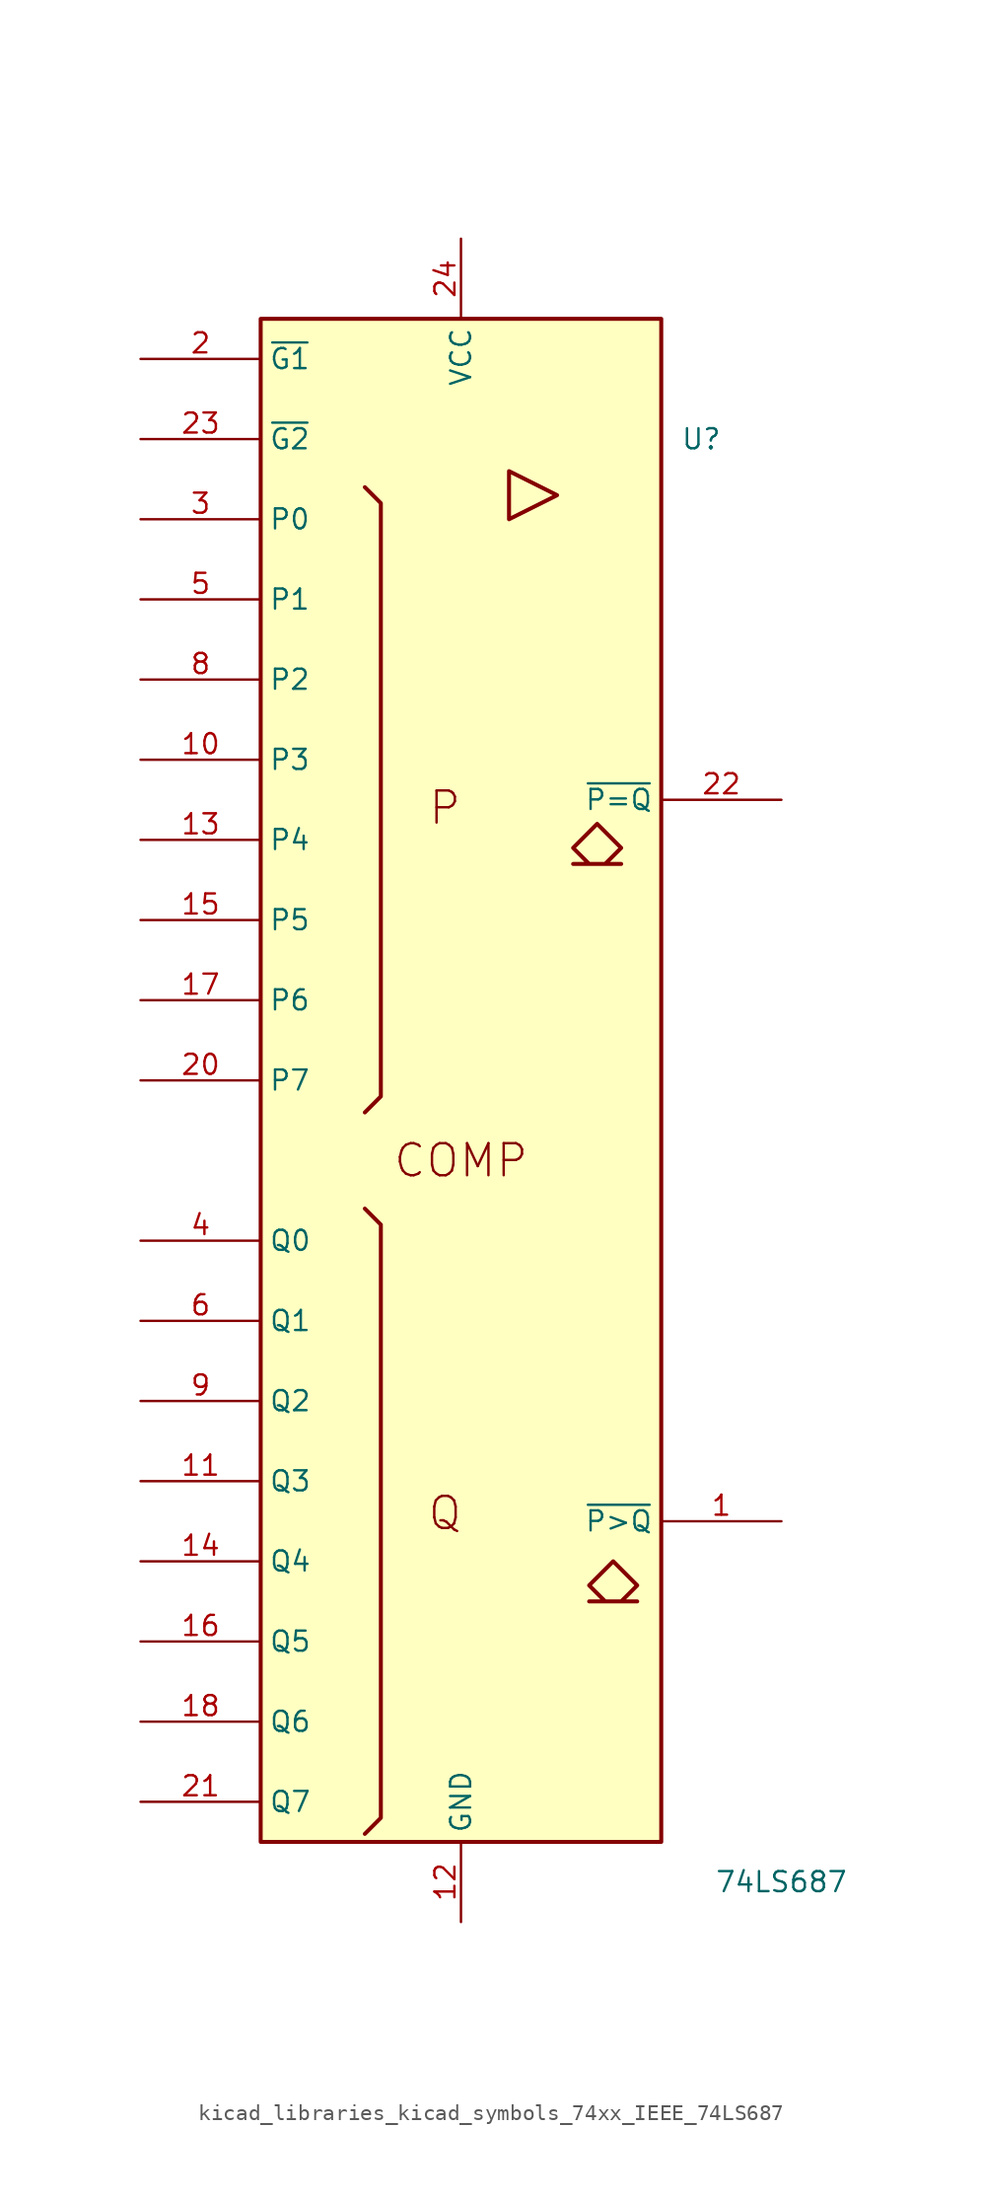
<source format=kicad_sym>
(kicad_symbol_lib
  (version 20220914)
  (generator kicad_symbol_editor)
  (symbol "kicad_libraries_kicad_symbols_74xx_IEEE_74LS687"
    (property "Reference" "U"
      (at 15.24 45.72 0)
      (effects (font (size 1.27 1.27))))
    (property "Value" "74LS687"
      (at 20.32 -45.72 0)
      (effects (font (size 1.27 1.27))))
    (symbol "kicad_libraries_kicad_symbols_74xx_IEEE_74LS687_0_0"
      (rectangle (start -12.7 53.34) (end 12.7 -43.18) (stroke (width 0.254) (type default)) (fill (type background)))
      (polyline (pts (xy 3.048 43.688) (xy 3.048 40.64) (xy 6.096 42.164) (xy 3.048 43.688) (xy 3.048 43.688)) (stroke (width 0.254) (type default)) (fill (type background)))
      (polyline (pts (xy 8.636 21.336) (xy 10.16 19.812) (xy 9.144 18.796) (xy 10.16 18.796) (xy 7.112 18.796) (xy 8.128 18.796) (xy 7.112 19.812) (xy 8.636 21.336) (xy 8.636 21.336)) (stroke (width 0.254) (type default)) (fill (type background)))
      (polyline (pts (xy 9.652 -25.4) (xy 11.176 -26.924) (xy 10.16 -27.94) (xy 11.176 -27.94) (xy 8.128 -27.94) (xy 9.144 -27.94) (xy 8.128 -26.924) (xy 9.652 -25.4) (xy 9.652 -25.4)) (stroke (width 0.254) (type default)) (fill (type background)))
      (text "COMP" (at 0 0 0) (effects (font (size 2.032 2.032))))
      (text "P" (at -1.016 22.352 0) (effects (font (size 2.032 2.032))))
      (text "Q" (at -1.016 -22.352 0) (effects (font (size 2.032 2.032)))))
    (symbol "kicad_libraries_kicad_symbols_74xx_IEEE_74LS687_0_1"
      (polyline (pts (xy -6.096 -3.048) (xy -5.08 -4.064) (xy -5.08 -41.656) (xy -6.096 -42.672) (xy -6.096 -42.672)) (stroke (width 0.254) (type default)) (fill (type background)))
      (polyline (pts (xy -6.096 42.672) (xy -5.08 41.656) (xy -5.08 4.064) (xy -6.096 3.048) (xy -6.096 3.048)) (stroke (width 0.254) (type default)) (fill (type background))))
    (symbol "kicad_libraries_kicad_symbols_74xx_IEEE_74LS687_1_1"
      (pin output line (at 20.32 -22.86 180) (length 7.62) (name "~{P>Q}" (effects (font (size 1.27 1.27)))) (number "1" (effects (font (size 1.27 1.27)))))
      (pin input line (at -20.32 25.4 0) (length 7.62) (name "P3" (effects (font (size 1.27 1.27)))) (number "10" (effects (font (size 1.27 1.27)))))
      (pin input line (at -20.32 -20.32 0) (length 7.62) (name "Q3" (effects (font (size 1.27 1.27)))) (number "11" (effects (font (size 1.27 1.27)))))
      (pin power_in line (at 0 -48.26 90) (length 5.08) (name "GND" (effects (font (size 1.27 1.27)))) (number "12" (effects (font (size 1.27 1.27)))))
      (pin input line (at -20.32 20.32 0) (length 7.62) (name "P4" (effects (font (size 1.27 1.27)))) (number "13" (effects (font (size 1.27 1.27)))))
      (pin input line (at -20.32 -25.4 0) (length 7.62) (name "Q4" (effects (font (size 1.27 1.27)))) (number "14" (effects (font (size 1.27 1.27)))))
      (pin input line (at -20.32 15.24 0) (length 7.62) (name "P5" (effects (font (size 1.27 1.27)))) (number "15" (effects (font (size 1.27 1.27)))))
      (pin input line (at -20.32 -30.48 0) (length 7.62) (name "Q5" (effects (font (size 1.27 1.27)))) (number "16" (effects (font (size 1.27 1.27)))))
      (pin input line (at -20.32 10.16 0) (length 7.62) (name "P6" (effects (font (size 1.27 1.27)))) (number "17" (effects (font (size 1.27 1.27)))))
      (pin input line (at -20.32 -35.56 0) (length 7.62) (name "Q6" (effects (font (size 1.27 1.27)))) (number "18" (effects (font (size 1.27 1.27)))))
      (pin input line (at -20.32 50.8 0) (length 7.62) (name "~{G1}" (effects (font (size 1.27 1.27)))) (number "2" (effects (font (size 1.27 1.27)))))
      (pin input line (at -20.32 5.08 0) (length 7.62) (name "P7" (effects (font (size 1.27 1.27)))) (number "20" (effects (font (size 1.27 1.27)))))
      (pin input line (at -20.32 -40.64 0) (length 7.62) (name "Q7" (effects (font (size 1.27 1.27)))) (number "21" (effects (font (size 1.27 1.27)))))
      (pin output line (at 20.32 22.86 180) (length 7.62) (name "~{P=Q}" (effects (font (size 1.27 1.27)))) (number "22" (effects (font (size 1.27 1.27)))))
      (pin input line (at -20.32 45.72 0) (length 7.62) (name "~{G2}" (effects (font (size 1.27 1.27)))) (number "23" (effects (font (size 1.27 1.27)))))
      (pin power_in line (at 0 58.42 270) (length 5.08) (name "VCC" (effects (font (size 1.27 1.27)))) (number "24" (effects (font (size 1.27 1.27)))))
      (pin input line (at -20.32 40.64 0) (length 7.62) (name "P0" (effects (font (size 1.27 1.27)))) (number "3" (effects (font (size 1.27 1.27)))))
      (pin input line (at -20.32 -5.08 0) (length 7.62) (name "Q0" (effects (font (size 1.27 1.27)))) (number "4" (effects (font (size 1.27 1.27)))))
      (pin input line (at -20.32 35.56 0) (length 7.62) (name "P1" (effects (font (size 1.27 1.27)))) (number "5" (effects (font (size 1.27 1.27)))))
      (pin input line (at -20.32 -10.16 0) (length 7.62) (name "Q1" (effects (font (size 1.27 1.27)))) (number "6" (effects (font (size 1.27 1.27)))))
      (pin input line (at -20.32 30.48 0) (length 7.62) (name "P2" (effects (font (size 1.27 1.27)))) (number "8" (effects (font (size 1.27 1.27)))))
      (pin input line (at -20.32 -15.24 0) (length 7.62) (name "Q2" (effects (font (size 1.27 1.27)))) (number "9" (effects (font (size 1.27 1.27))))))))
</source>
